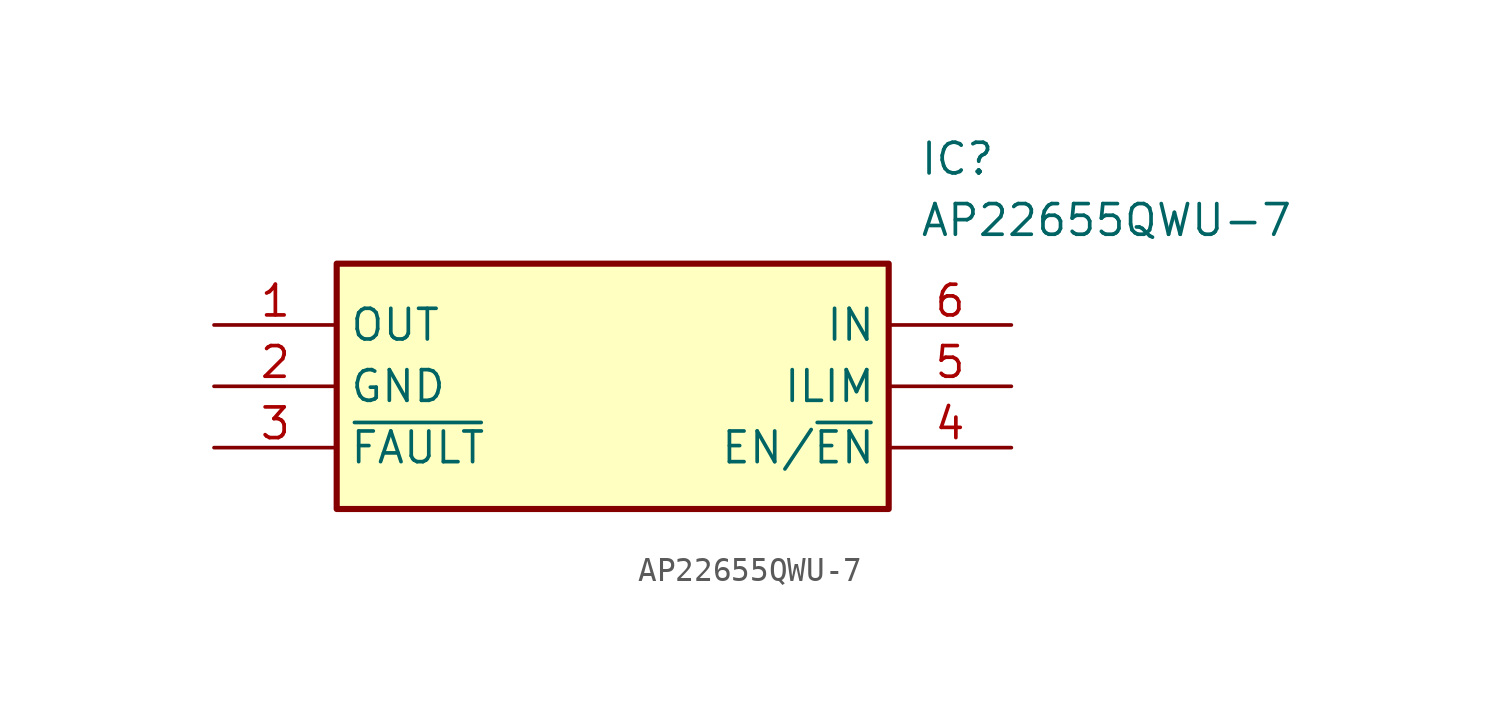
<source format=kicad_sym>
(kicad_symbol_lib
  (version 20211014)
  (generator SamacSys_ECAD_Model)
  (symbol "AP22655QWU-7"
    (property "Reference" "IC"
      (at 29.21 7.62 0)
      (effects (font (size 1.27 1.27)) (justify left top)))
    (property "Value" "AP22655QWU-7"
      (at 29.21 5.08 0)
      (effects (font (size 1.27 1.27)) (justify left top)))
    (rectangle
      (start 5.08 2.54)
      (end 27.94 -7.62)
      (stroke (width 0.254) (type default))
      (fill (type background)))
    (pin passive line
      (at 0 0 0)
      (length 5.08)
      (name "OUT" (effects (font (size 1.27 1.27))))
      (number "1" (effects (font (size 1.27 1.27)))))
    (pin passive line
      (at 0 -2.54 0)
      (length 5.08)
      (name "GND" (effects (font (size 1.27 1.27))))
      (number "2" (effects (font (size 1.27 1.27)))))
    (pin passive line
      (at 0 -5.08 0)
      (length 5.08)
      (name "~{FAULT}" (effects (font (size 1.27 1.27))))
      (number "3" (effects (font (size 1.27 1.27)))))
    (pin passive line
      (at 33.02 0 180)
      (length 5.08)
      (name "IN" (effects (font (size 1.27 1.27))))
      (number "6" (effects (font (size 1.27 1.27)))))
    (pin passive line
      (at 33.02 -2.54 180)
      (length 5.08)
      (name "ILIM" (effects (font (size 1.27 1.27))))
      (number "5" (effects (font (size 1.27 1.27)))))
    (pin passive line
      (at 33.02 -5.08 180)
      (length 5.08)
      (name "EN/~{EN}" (effects (font (size 1.27 1.27))))
      (number "4" (effects (font (size 1.27 1.27)))))))
</source>
